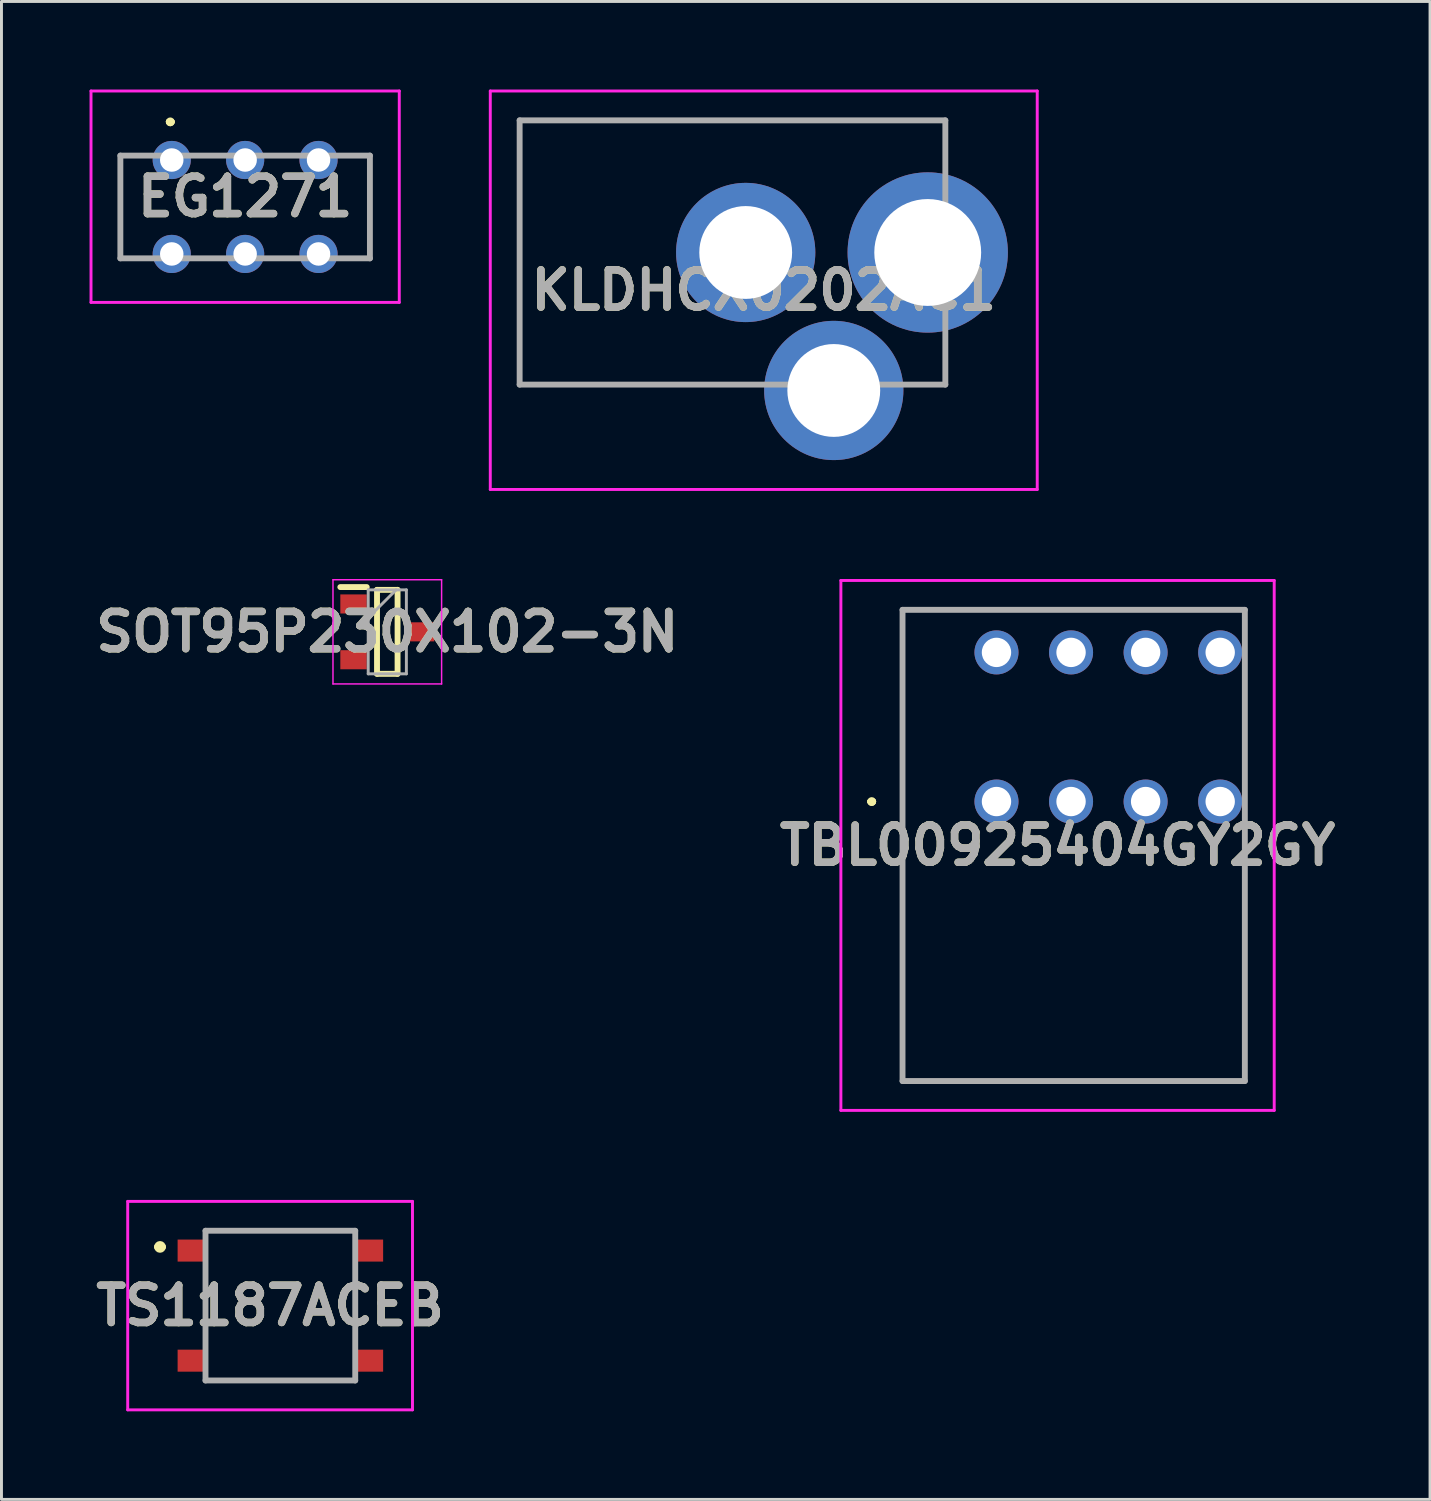
<source format=kicad_pcb>
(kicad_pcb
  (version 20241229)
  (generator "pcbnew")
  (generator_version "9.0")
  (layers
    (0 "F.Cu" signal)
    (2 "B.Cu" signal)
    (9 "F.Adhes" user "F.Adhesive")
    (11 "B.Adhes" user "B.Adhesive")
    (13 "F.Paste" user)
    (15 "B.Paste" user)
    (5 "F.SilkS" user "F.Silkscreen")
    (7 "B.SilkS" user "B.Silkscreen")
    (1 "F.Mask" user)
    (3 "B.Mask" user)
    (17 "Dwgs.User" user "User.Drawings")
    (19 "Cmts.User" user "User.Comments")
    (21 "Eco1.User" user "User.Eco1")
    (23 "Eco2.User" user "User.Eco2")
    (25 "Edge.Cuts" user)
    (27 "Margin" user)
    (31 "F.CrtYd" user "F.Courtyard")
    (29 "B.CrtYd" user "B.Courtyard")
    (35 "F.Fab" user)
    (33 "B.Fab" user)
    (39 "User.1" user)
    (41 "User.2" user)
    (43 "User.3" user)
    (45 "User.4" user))
  (footprint "TBL00925404GY2GY"
    (layer "F.Cu")
    (at 30.892 24.252)
    (property "Reference" "TBL00925404GY2GY" (at 2.08 1.495 0) (layer "F.SilkS") (effects (font (size 1.27 1.27) (thickness 0.254))))
    (attr through_hole)
    (fp_line (start -4.3 0) (end -4.3 0) (stroke (width 0.2) (type solid)) (layer "F.SilkS"))
    (fp_line (start -4.3 0) (end -4.3 0) (stroke (width 0.2) (type solid)) (layer "F.SilkS"))
    (fp_line (start -4.2 0) (end -4.2 0) (stroke (width 0.2) (type solid)) (layer "F.SilkS"))
    (fp_line (start -3.2 -6.53) (end -3.2 -6.53) (stroke (width 0.1) (type solid)) (layer "F.SilkS"))
    (fp_line (start -3.2 -6.53) (end -3.2 -6.53) (stroke (width 0.1) (type solid)) (layer "F.SilkS"))
    (fp_line (start -3.2 -6.53) (end -3.2 9.52) (stroke (width 0.1) (type solid)) (layer "F.SilkS"))
    (fp_line (start -3.2 -6.53) (end 8.46 -6.53) (stroke (width 0.1) (type solid)) (layer "F.SilkS"))
    (fp_line (start -3.2 9.52) (end -3.2 -6.53) (stroke (width 0.1) (type solid)) (layer "F.SilkS"))
    (fp_line (start -3.2 9.52) (end -3.2 9.52) (stroke (width 0.1) (type solid)) (layer "F.SilkS"))
    (fp_line (start -3.2 9.52) (end -3.2 9.52) (stroke (width 0.1) (type solid)) (layer "F.SilkS"))
    (fp_line (start -3.2 9.52) (end 8.46 9.52) (stroke (width 0.1) (type solid)) (layer "F.SilkS"))
    (fp_line (start 8.46 -6.53) (end -3.2 -6.53) (stroke (width 0.1) (type solid)) (layer "F.SilkS"))
    (fp_line (start 8.46 -6.53) (end 8.46 -6.53) (stroke (width 0.1) (type solid)) (layer "F.SilkS"))
    (fp_line (start 8.46 -6.53) (end 8.46 -6.53) (stroke (width 0.1) (type solid)) (layer "F.SilkS"))
    (fp_line (start 8.46 -6.53) (end 8.46 -6.33) (stroke (width 0.1) (type solid)) (layer "F.SilkS"))
    (fp_line (start 8.46 -6.33) (end 8.46 -6.53) (stroke (width 0.1) (type solid)) (layer "F.SilkS"))
    (fp_line (start 8.46 -6.33) (end 8.46 -6.33) (stroke (width 0.1) (type solid)) (layer "F.SilkS"))
    (fp_line (start 8.46 -4.08) (end 8.46 -4.08) (stroke (width 0.1) (type solid)) (layer "F.SilkS"))
    (fp_line (start 8.46 -4.08) (end 8.46 -1.08) (stroke (width 0.1) (type solid)) (layer "F.SilkS"))
    (fp_line (start 8.46 -1.08) (end 8.46 -4.08) (stroke (width 0.1) (type solid)) (layer "F.SilkS"))
    (fp_line (start 8.46 -1.08) (end 8.46 -1.08) (stroke (width 0.1) (type solid)) (layer "F.SilkS"))
    (fp_line (start 8.46 1.17) (end 8.46 1.17) (stroke (width 0.1) (type solid)) (layer "F.SilkS"))
    (fp_line (start 8.46 1.17) (end 8.46 9.52) (stroke (width 0.1) (type solid)) (layer "F.SilkS"))
    (fp_line (start 8.46 9.52) (end -3.2 9.52) (stroke (width 0.1) (type solid)) (layer "F.SilkS"))
    (fp_line (start 8.46 9.52) (end 8.46 1.17) (stroke (width 0.1) (type solid)) (layer "F.SilkS"))
    (fp_line (start 8.46 9.52) (end 8.46 9.52) (stroke (width 0.1) (type solid)) (layer "F.SilkS"))
    (fp_line (start 8.46 9.52) (end 8.46 9.52) (stroke (width 0.1) (type solid)) (layer "F.SilkS"))
    (fp_arc (start -4.3 0) (mid -4.25 -0.05) (end -4.2 0) (stroke (width 0.2) (type solid)) (layer "F.SilkS"))
    (fp_arc (start -4.2 0) (mid -4.25 0.05) (end -4.3 0) (stroke (width 0.2) (type solid)) (layer "F.SilkS"))
    (fp_arc (start -4.2 0) (mid -4.25 0.05) (end -4.3 0) (stroke (width 0.2) (type solid)) (layer "F.SilkS"))
    (fp_line (start -5.3 -7.53) (end 9.46 -7.53) (stroke (width 0.1) (type solid)) (layer "F.CrtYd"))
    (fp_line (start -5.3 10.52) (end -5.3 -7.53) (stroke (width 0.1) (type solid)) (layer "F.CrtYd"))
    (fp_line (start 9.46 -7.53) (end 9.46 10.52) (stroke (width 0.1) (type solid)) (layer "F.CrtYd"))
    (fp_line (start 9.46 10.52) (end -5.3 10.52) (stroke (width 0.1) (type solid)) (layer "F.CrtYd"))
    (fp_line (start -3.2 -6.53) (end -3.2 9.52) (stroke (width 0.2) (type solid)) (layer "F.Fab"))
    (fp_line (start -3.2 9.52) (end 8.46 9.52) (stroke (width 0.2) (type solid)) (layer "F.Fab"))
    (fp_line (start 8.46 -6.53) (end -3.2 -6.53) (stroke (width 0.2) (type solid)) (layer "F.Fab"))
    (fp_line (start 8.46 9.52) (end 8.46 -6.53) (stroke (width 0.2) (type solid)) (layer "F.Fab"))
    (fp_text user "${REFERENCE}" (at 2.08 1.495 0) (layer "F.Fab") (effects (font (size 1.27 1.27) (thickness 0.254))))
    (pad "1" thru_hole circle (at 0 0) (size 1.5 1.5) (drill 1) (layers "*.Cu" "*.Mask"))
    (pad "2" thru_hole circle (at 0 -5.08) (size 1.5 1.5) (drill 1) (layers "*.Cu" "*.Mask"))
    (pad "3" thru_hole circle (at 2.54 0) (size 1.5 1.5) (drill 1) (layers "*.Cu" "*.Mask"))
    (pad "4" thru_hole circle (at 2.54 -5.08) (size 1.5 1.5) (drill 1) (layers "*.Cu" "*.Mask"))
    (pad "5" thru_hole circle (at 5.08 0) (size 1.5 1.5) (drill 1) (layers "*.Cu" "*.Mask"))
    (pad "6" thru_hole circle (at 5.08 -5.08) (size 1.5 1.5) (drill 1) (layers "*.Cu" "*.Mask"))
    (pad "7" thru_hole circle (at 7.62 0) (size 1.5 1.5) (drill 1) (layers "*.Cu" "*.Mask"))
    (pad "8" thru_hole circle (at 7.62 -5.08) (size 1.5 1.5) (drill 1) (layers "*.Cu" "*.Mask")))
  (footprint "EG1271"
    (layer "F.Cu")
    (at 2.8 2.4)
    (property "Reference" "EG1271" (at 2.5 1.25 0) (layer "F.SilkS") (effects (font (size 1.27 1.27) (thickness 0.254))))
    (attr through_hole)
    (fp_line (start -1.75 -0.15) (end -1.75 -0.15) (stroke (width 0.1) (type solid)) (layer "F.SilkS"))
    (fp_line (start -1.75 -0.15) (end -1.75 3.35) (stroke (width 0.1) (type solid)) (layer "F.SilkS"))
    (fp_line (start -1.75 3.35) (end -1.75 -0.15) (stroke (width 0.1) (type solid)) (layer "F.SilkS"))
    (fp_line (start -1.75 3.35) (end -1.75 3.35) (stroke (width 0.1) (type solid)) (layer "F.SilkS"))
    (fp_line (start -0.1 -1.3) (end -0.1 -1.3) (stroke (width 0.2) (type solid)) (layer "F.SilkS"))
    (fp_line (start -0.1 -1.3) (end -0.1 -1.3) (stroke (width 0.2) (type solid)) (layer "F.SilkS"))
    (fp_line (start 0 -1.3) (end 0 -1.3) (stroke (width 0.2) (type solid)) (layer "F.SilkS"))
    (fp_line (start 6.75 -0.15) (end 6.75 -0.15) (stroke (width 0.1) (type solid)) (layer "F.SilkS"))
    (fp_line (start 6.75 -0.15) (end 6.75 3.35) (stroke (width 0.1) (type solid)) (layer "F.SilkS"))
    (fp_line (start 6.75 3.35) (end 6.75 -0.15) (stroke (width 0.1) (type solid)) (layer "F.SilkS"))
    (fp_line (start 6.75 3.35) (end 6.75 3.35) (stroke (width 0.1) (type solid)) (layer "F.SilkS"))
    (fp_arc (start -0.1 -1.3) (mid -0.05 -1.35) (end 0 -1.3) (stroke (width 0.2) (type solid)) (layer "F.SilkS"))
    (fp_arc (start 0 -1.3) (mid -0.05 -1.25) (end -0.1 -1.3) (stroke (width 0.2) (type solid)) (layer "F.SilkS"))
    (fp_arc (start 0 -1.3) (mid -0.05 -1.25) (end -0.1 -1.3) (stroke (width 0.2) (type solid)) (layer "F.SilkS"))
    (fp_line (start -2.75 -2.35) (end 7.75 -2.35) (stroke (width 0.1) (type solid)) (layer "F.CrtYd"))
    (fp_line (start -2.75 4.85) (end -2.75 -2.35) (stroke (width 0.1) (type solid)) (layer "F.CrtYd"))
    (fp_line (start 7.75 -2.35) (end 7.75 4.85) (stroke (width 0.1) (type solid)) (layer "F.CrtYd"))
    (fp_line (start 7.75 4.85) (end -2.75 4.85) (stroke (width 0.1) (type solid)) (layer "F.CrtYd"))
    (fp_line (start -1.75 -0.15) (end -1.75 3.35) (stroke (width 0.2) (type solid)) (layer "F.Fab"))
    (fp_line (start -1.75 3.35) (end 6.75 3.35) (stroke (width 0.2) (type solid)) (layer "F.Fab"))
    (fp_line (start 6.75 -0.15) (end -1.75 -0.15) (stroke (width 0.2) (type solid)) (layer "F.Fab"))
    (fp_line (start 6.75 3.35) (end 6.75 -0.15) (stroke (width 0.2) (type solid)) (layer "F.Fab"))
    (fp_text user "${REFERENCE}" (at 2.5 1.25 0) (layer "F.Fab") (effects (font (size 1.27 1.27) (thickness 0.254))))
    (pad "1" thru_hole circle (at 0 0) (size 1.3 1.3) (drill 0.8) (layers "*.Cu" "*.Mask"))
    (pad "2" thru_hole circle (at 2.5 0) (size 1.3 1.3) (drill 0.8) (layers "*.Cu" "*.Mask"))
    (pad "3" thru_hole circle (at 5 0) (size 1.3 1.3) (drill 0.8) (layers "*.Cu" "*.Mask"))
    (pad "4" thru_hole circle (at 0 3.2) (size 1.3 1.3) (drill 0.8) (layers "*.Cu" "*.Mask"))
    (pad "5" thru_hole circle (at 2.5 3.2) (size 1.3 1.3) (drill 0.8) (layers "*.Cu" "*.Mask"))
    (pad "6" thru_hole circle (at 5 3.2) (size 1.3 1.3) (drill 0.8) (layers "*.Cu" "*.Mask")))
  (footprint "KLDHCX0202AC1"
    (layer "F.Cu")
    (at 28.65 5.55)
    (property "Reference" "KLDHCX0202AC1" (at -5.685 1.286 0) (layer "F.SilkS") (effects (font (size 1.27 1.27) (thickness 0.254))))
    (attr through_hole)
    (fp_line (start -14 -4.5) (end -14 4.5) (stroke (width 0.1) (type solid)) (layer "F.SilkS"))
    (fp_line (start -14 4.5) (end -6.3 4.5) (stroke (width 0.1) (type solid)) (layer "F.SilkS"))
    (fp_line (start 0 4.5) (end 0.5 4.5) (stroke (width 0.1) (type solid)) (layer "F.SilkS"))
    (fp_line (start 0.5 -4.5) (end -14 -4.5) (stroke (width 0.1) (type solid)) (layer "F.SilkS"))
    (fp_line (start 0.5 -3.5) (end 0.5 -4.5) (stroke (width 0.1) (type solid)) (layer "F.SilkS"))
    (fp_line (start 0.5 4.5) (end 0.5 3.5) (stroke (width 0.1) (type solid)) (layer "F.SilkS"))
    (fp_line (start -15 -5.5) (end 3.63 -5.5) (stroke (width 0.1) (type solid)) (layer "F.CrtYd"))
    (fp_line (start -15 8.072) (end -15 -5.5) (stroke (width 0.1) (type solid)) (layer "F.CrtYd"))
    (fp_line (start 3.63 -5.5) (end 3.63 8.072) (stroke (width 0.1) (type solid)) (layer "F.CrtYd"))
    (fp_line (start 3.63 8.072) (end -15 8.072) (stroke (width 0.1) (type solid)) (layer "F.CrtYd"))
    (fp_line (start -14 -4.5) (end 0.5 -4.5) (stroke (width 0.2) (type solid)) (layer "F.Fab"))
    (fp_line (start -14 4.5) (end -14 -4.5) (stroke (width 0.2) (type solid)) (layer "F.Fab"))
    (fp_line (start 0.5 -4.5) (end 0.5 4.5) (stroke (width 0.2) (type solid)) (layer "F.Fab"))
    (fp_line (start 0.5 4.5) (end -14 4.5) (stroke (width 0.2) (type solid)) (layer "F.Fab"))
    (fp_text user "${REFERENCE}" (at -5.685 1.286 0) (layer "F.Fab") (effects (font (size 1.27 1.27) (thickness 0.254))))
    (pad "1" thru_hole circle (at -0.1 0) (size 5.46 5.46) (drill 3.64) (layers "*.Cu" "*.Mask"))
    (pad "2" thru_hole circle (at -6.3 0) (size 4.743 4.743) (drill 3.162) (layers "*.Cu" "*.Mask"))
    (pad "3" thru_hole circle (at -3.3 4.7) (size 4.743 4.743) (drill 3.162) (layers "*.Cu" "*.Mask")))
  (footprint "TS1187ACEB"
    (layer "F.Cu")
    (at 6.5 41.422)
    (property "Reference" "TS1187ACEB" (at -0.35 0 0) (layer "F.SilkS") (effects (font (size 1.27 1.27) (thickness 0.254))))
    (attr smd)
    (fp_line (start -4.2 -2) (end -4.2 -2) (stroke (width 0.2) (type solid)) (layer "F.SilkS"))
    (fp_line (start -4 -2) (end -4 -2) (stroke (width 0.2) (type solid)) (layer "F.SilkS"))
    (fp_line (start -2.55 2.54) (end 2.55 2.54) (stroke (width 0.1) (type solid)) (layer "F.SilkS"))
    (fp_line (start 2.55 -2.54) (end -2.55 -2.55) (stroke (width 0.1) (type solid)) (layer "F.SilkS"))
    (fp_arc (start -4.2 -2) (mid -4.1 -2.1) (end -4 -2) (stroke (width 0.2) (type solid)) (layer "F.SilkS"))
    (fp_arc (start -4 -2) (mid -4.1 -1.9) (end -4.2 -2) (stroke (width 0.2) (type solid)) (layer "F.SilkS"))
    (fp_line (start -5.2 -3.55) (end 4.5 -3.55) (stroke (width 0.1) (type solid)) (layer "F.CrtYd"))
    (fp_line (start -5.2 3.55) (end -5.2 -3.55) (stroke (width 0.1) (type solid)) (layer "F.CrtYd"))
    (fp_line (start 4.5 -3.55) (end 4.5 3.55) (stroke (width 0.1) (type solid)) (layer "F.CrtYd"))
    (fp_line (start 4.5 3.55) (end -5.2 3.55) (stroke (width 0.1) (type solid)) (layer "F.CrtYd"))
    (fp_line (start -2.55 -2.55) (end 2.55 -2.55) (stroke (width 0.2) (type solid)) (layer "F.Fab"))
    (fp_line (start -2.55 2.55) (end -2.55 -2.55) (stroke (width 0.2) (type solid)) (layer "F.Fab"))
    (fp_line (start 2.55 -2.55) (end 2.55 2.55) (stroke (width 0.2) (type solid)) (layer "F.Fab"))
    (fp_line (start 2.55 2.55) (end -2.55 2.55) (stroke (width 0.2) (type solid)) (layer "F.Fab"))
    (fp_text user "${REFERENCE}" (at -0.35 0 0) (layer "F.Fab") (effects (font (size 1.27 1.27) (thickness 0.254))))
    (pad "A1" smd rect (at -3 -1.875 90) (size 0.75 1) (layers "F.Cu" "F.Mask" "F.Paste"))
    (pad "B1" smd rect (at 3 -1.875 90) (size 0.75 1) (layers "F.Cu" "F.Mask" "F.Paste"))
    (pad "C1" smd rect (at 3 1.875 90) (size 0.75 1) (layers "F.Cu" "F.Mask" "F.Paste"))
    (pad "D1" smd rect (at -3 1.875 90) (size 0.75 1) (layers "F.Cu" "F.Mask" "F.Paste")))
  (footprint "SOT95P230X102-3N"
    (layer "F.Cu")
    (at 10.142 18.472)
    (property "Reference" "SOT95P230X102-3N" (at 0 0 0) (layer "F.SilkS") (effects (font (size 1.27 1.27) (thickness 0.254))))
    (attr smd)
    (fp_line (start -1.6 -1.525) (end -0.7 -1.525) (stroke (width 0.2) (type solid)) (layer "F.SilkS"))
    (fp_line (start -0.35 -1.43) (end 0.35 -1.43) (stroke (width 0.2) (type solid)) (layer "F.SilkS"))
    (fp_line (start -0.35 1.43) (end -0.35 -1.43) (stroke (width 0.2) (type solid)) (layer "F.SilkS"))
    (fp_line (start 0.35 -1.43) (end 0.35 1.43) (stroke (width 0.2) (type solid)) (layer "F.SilkS"))
    (fp_line (start 0.35 1.43) (end -0.35 1.43) (stroke (width 0.2) (type solid)) (layer "F.SilkS"))
    (fp_line (start -1.85 -1.775) (end 1.85 -1.775) (stroke (width 0.05) (type solid)) (layer "F.CrtYd"))
    (fp_line (start -1.85 1.775) (end -1.85 -1.775) (stroke (width 0.05) (type solid)) (layer "F.CrtYd"))
    (fp_line (start 1.85 -1.775) (end 1.85 1.775) (stroke (width 0.05) (type solid)) (layer "F.CrtYd"))
    (fp_line (start 1.85 1.775) (end -1.85 1.775) (stroke (width 0.05) (type solid)) (layer "F.CrtYd"))
    (fp_line (start -0.65 -1.43) (end 0.65 -1.43) (stroke (width 0.1) (type solid)) (layer "F.Fab"))
    (fp_line (start -0.65 -0.48) (end 0.3 -1.43) (stroke (width 0.1) (type solid)) (layer "F.Fab"))
    (fp_line (start -0.65 1.43) (end -0.65 -1.43) (stroke (width 0.1) (type solid)) (layer "F.Fab"))
    (fp_line (start 0.65 -1.43) (end 0.65 1.43) (stroke (width 0.1) (type solid)) (layer "F.Fab"))
    (fp_line (start 0.65 1.43) (end -0.65 1.43) (stroke (width 0.1) (type solid)) (layer "F.Fab"))
    (fp_text user "${REFERENCE}" (at 0 0 0) (layer "F.Fab") (effects (font (size 1.27 1.27) (thickness 0.254))))
    (pad "1" smd rect (at -1.15 -0.95 90) (size 0.65 0.9) (layers "F.Cu" "F.Mask" "F.Paste"))
    (pad "2" smd rect (at -1.15 0.95 90) (size 0.65 0.9) (layers "F.Cu" "F.Mask" "F.Paste"))
    (pad "3" smd rect (at 1.15 0 90) (size 0.65 0.9) (layers "F.Cu" "F.Mask" "F.Paste")))
  (gr_rect
    (start -3 -3)
    (end 45.66 48.022)
    (stroke (width 0.1) (type default))
    (fill no)
    (layer "Edge.Cuts")))
</source>
